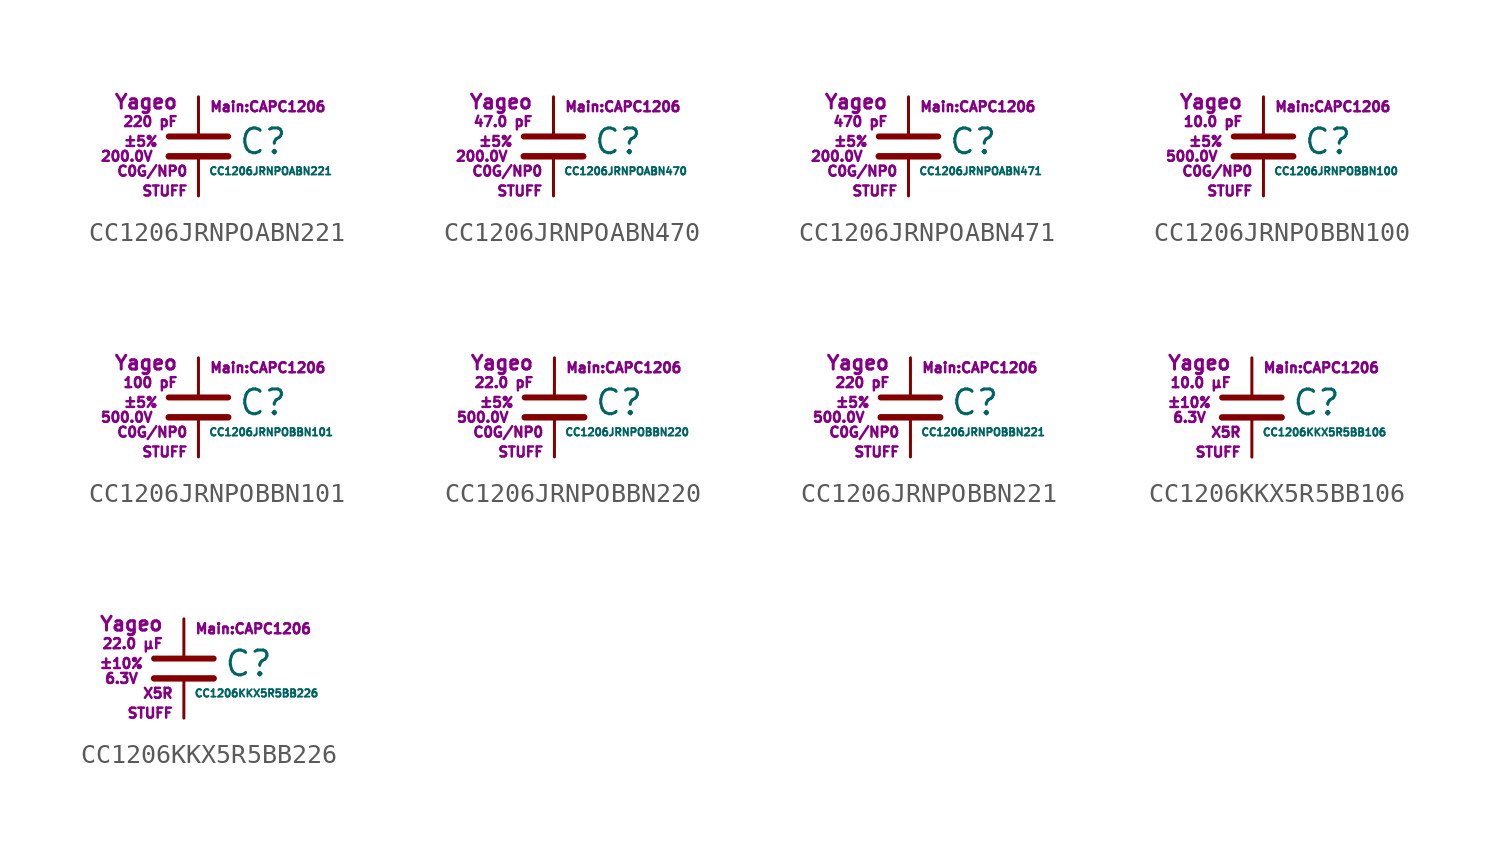
<source format=kicad_sym>
(kicad_symbol_lib
  (version 20211014)
  (generator kicad_symbol_editor)
  (symbol "CC1206JRNPOABN221"
    (pin_numbers hide)
    (pin_names
      (offset 0.254) hide)
    (property "Reference" "C"
      (at 2.032 0.254 0)
      (effects (font (size 1.27 1.27)) (justify left)))
    (property "Value" "CC1206JRNPOABN221"
      (at 0.508 -1.27 0)
      (effects (font (size 0.381 0.381)) (justify left)))
    (property "Footprint" "Main:CAPC1206"
      (at 3.556 2.032 0)
      (effects (font (size 0.508 0.508))))
    (property "Datasheet" ""
      (at 0.762 0.508 0)
      (effects (font (size 1.27 1.27))))
    (property "Manufacturer" "Yageo"
      (at -1.016 2.286 0)
      (effects (font (size 0.711 0.711)) (justify right)))
    (property "SKU" "STUFF"
      (at -0.508 -2.286 0)
      (effects (font (size 0.508 0.508)) (justify right)))
    (property "C" "220 pF"
      (at -1.016 1.27 0)
      (effects (font (size 0.508 0.508)) (justify right)))
    (property "Tol" "±5%"
      (at -2.032 0.254 0)
      (effects (font (size 0.508 0.508)) (justify right)))
    (property "Vmax" "200.0V"
      (at -2.286 -0.508 0)
      (effects (font (size 0.508 0.508)) (justify right)))
    (property "Type" "C0G/NP0"
      (at -0.508 -1.27 0)
      (effects (font (size 0.508 0.508)) (justify right)))
    (symbol "CC1206JRNPOABN221_0_1"
      (polyline (pts (xy -1.524 -0.508) (xy 1.524 -0.508)) (stroke (width 0.33) (type default) (color 0 0 0 0)) (fill (type none)))
      (polyline (pts (xy -1.524 0.508) (xy 1.524 0.508)) (stroke (width 0.305) (type default) (color 0 0 0 0)) (fill (type none))))
    (symbol "CC1206JRNPOABN221_1_1"
      (pin passive line (at 0 2.54 270) (length 1.905) (name "~" (effects (font (size 1.016 1.016)))) (number "1" (effects (font (size 1.016 1.016)))))
      (pin passive line (at 0 -2.54 90) (length 2.032) (name "~" (effects (font (size 1.016 1.016)))) (number "2" (effects (font (size 1.016 1.016)))))))
  (symbol "CC1206JRNPOABN470"
    (pin_numbers hide)
    (pin_names
      (offset 0.254) hide)
    (property "Reference" "C"
      (at 2.032 0.254 0)
      (effects (font (size 1.27 1.27)) (justify left)))
    (property "Value" "CC1206JRNPOABN470"
      (at 0.508 -1.27 0)
      (effects (font (size 0.381 0.381)) (justify left)))
    (property "Footprint" "Main:CAPC1206"
      (at 3.556 2.032 0)
      (effects (font (size 0.508 0.508))))
    (property "Datasheet" ""
      (at 0.762 0.508 0)
      (effects (font (size 1.27 1.27))))
    (property "Manufacturer" "Yageo"
      (at -1.016 2.286 0)
      (effects (font (size 0.711 0.711)) (justify right)))
    (property "SKU" "STUFF"
      (at -0.508 -2.286 0)
      (effects (font (size 0.508 0.508)) (justify right)))
    (property "C" "47.0 pF"
      (at -1.016 1.27 0)
      (effects (font (size 0.508 0.508)) (justify right)))
    (property "Tol" "±5%"
      (at -2.032 0.254 0)
      (effects (font (size 0.508 0.508)) (justify right)))
    (property "Vmax" "200.0V"
      (at -2.286 -0.508 0)
      (effects (font (size 0.508 0.508)) (justify right)))
    (property "Type" "C0G/NP0"
      (at -0.508 -1.27 0)
      (effects (font (size 0.508 0.508)) (justify right)))
    (symbol "CC1206JRNPOABN470_0_1"
      (polyline (pts (xy -1.524 -0.508) (xy 1.524 -0.508)) (stroke (width 0.33) (type default) (color 0 0 0 0)) (fill (type none)))
      (polyline (pts (xy -1.524 0.508) (xy 1.524 0.508)) (stroke (width 0.305) (type default) (color 0 0 0 0)) (fill (type none))))
    (symbol "CC1206JRNPOABN470_1_1"
      (pin passive line (at 0 2.54 270) (length 1.905) (name "~" (effects (font (size 1.016 1.016)))) (number "1" (effects (font (size 1.016 1.016)))))
      (pin passive line (at 0 -2.54 90) (length 2.032) (name "~" (effects (font (size 1.016 1.016)))) (number "2" (effects (font (size 1.016 1.016)))))))
  (symbol "CC1206JRNPOABN471"
    (pin_numbers hide)
    (pin_names
      (offset 0.254) hide)
    (property "Reference" "C"
      (at 2.032 0.254 0)
      (effects (font (size 1.27 1.27)) (justify left)))
    (property "Value" "CC1206JRNPOABN471"
      (at 0.508 -1.27 0)
      (effects (font (size 0.381 0.381)) (justify left)))
    (property "Footprint" "Main:CAPC1206"
      (at 3.556 2.032 0)
      (effects (font (size 0.508 0.508))))
    (property "Datasheet" ""
      (at 0.762 0.508 0)
      (effects (font (size 1.27 1.27))))
    (property "Manufacturer" "Yageo"
      (at -1.016 2.286 0)
      (effects (font (size 0.711 0.711)) (justify right)))
    (property "SKU" "STUFF"
      (at -0.508 -2.286 0)
      (effects (font (size 0.508 0.508)) (justify right)))
    (property "C" "470 pF"
      (at -1.016 1.27 0)
      (effects (font (size 0.508 0.508)) (justify right)))
    (property "Tol" "±5%"
      (at -2.032 0.254 0)
      (effects (font (size 0.508 0.508)) (justify right)))
    (property "Vmax" "200.0V"
      (at -2.286 -0.508 0)
      (effects (font (size 0.508 0.508)) (justify right)))
    (property "Type" "C0G/NP0"
      (at -0.508 -1.27 0)
      (effects (font (size 0.508 0.508)) (justify right)))
    (symbol "CC1206JRNPOABN471_0_1"
      (polyline (pts (xy -1.524 -0.508) (xy 1.524 -0.508)) (stroke (width 0.33) (type default) (color 0 0 0 0)) (fill (type none)))
      (polyline (pts (xy -1.524 0.508) (xy 1.524 0.508)) (stroke (width 0.305) (type default) (color 0 0 0 0)) (fill (type none))))
    (symbol "CC1206JRNPOABN471_1_1"
      (pin passive line (at 0 2.54 270) (length 1.905) (name "~" (effects (font (size 1.016 1.016)))) (number "1" (effects (font (size 1.016 1.016)))))
      (pin passive line (at 0 -2.54 90) (length 2.032) (name "~" (effects (font (size 1.016 1.016)))) (number "2" (effects (font (size 1.016 1.016)))))))
  (symbol "CC1206JRNPOBBN100"
    (pin_numbers hide)
    (pin_names
      (offset 0.254) hide)
    (property "Reference" "C"
      (at 2.032 0.254 0)
      (effects (font (size 1.27 1.27)) (justify left)))
    (property "Value" "CC1206JRNPOBBN100"
      (at 0.508 -1.27 0)
      (effects (font (size 0.381 0.381)) (justify left)))
    (property "Footprint" "Main:CAPC1206"
      (at 3.556 2.032 0)
      (effects (font (size 0.508 0.508))))
    (property "Datasheet" ""
      (at 0.762 0.508 0)
      (effects (font (size 1.27 1.27))))
    (property "Manufacturer" "Yageo"
      (at -1.016 2.286 0)
      (effects (font (size 0.711 0.711)) (justify right)))
    (property "SKU" "STUFF"
      (at -0.508 -2.286 0)
      (effects (font (size 0.508 0.508)) (justify right)))
    (property "C" "10.0 pF"
      (at -1.016 1.27 0)
      (effects (font (size 0.508 0.508)) (justify right)))
    (property "Tol" "±5%"
      (at -2.032 0.254 0)
      (effects (font (size 0.508 0.508)) (justify right)))
    (property "Vmax" "500.0V"
      (at -2.286 -0.508 0)
      (effects (font (size 0.508 0.508)) (justify right)))
    (property "Type" "C0G/NP0"
      (at -0.508 -1.27 0)
      (effects (font (size 0.508 0.508)) (justify right)))
    (symbol "CC1206JRNPOBBN100_0_1"
      (polyline (pts (xy -1.524 -0.508) (xy 1.524 -0.508)) (stroke (width 0.33) (type default) (color 0 0 0 0)) (fill (type none)))
      (polyline (pts (xy -1.524 0.508) (xy 1.524 0.508)) (stroke (width 0.305) (type default) (color 0 0 0 0)) (fill (type none))))
    (symbol "CC1206JRNPOBBN100_1_1"
      (pin passive line (at 0 2.54 270) (length 1.905) (name "~" (effects (font (size 1.016 1.016)))) (number "1" (effects (font (size 1.016 1.016)))))
      (pin passive line (at 0 -2.54 90) (length 2.032) (name "~" (effects (font (size 1.016 1.016)))) (number "2" (effects (font (size 1.016 1.016)))))))
  (symbol "CC1206JRNPOBBN101"
    (pin_numbers hide)
    (pin_names
      (offset 0.254) hide)
    (property "Reference" "C"
      (at 2.032 0.254 0)
      (effects (font (size 1.27 1.27)) (justify left)))
    (property "Value" "CC1206JRNPOBBN101"
      (at 0.508 -1.27 0)
      (effects (font (size 0.381 0.381)) (justify left)))
    (property "Footprint" "Main:CAPC1206"
      (at 3.556 2.032 0)
      (effects (font (size 0.508 0.508))))
    (property "Datasheet" ""
      (at 0.762 0.508 0)
      (effects (font (size 1.27 1.27))))
    (property "Manufacturer" "Yageo"
      (at -1.016 2.286 0)
      (effects (font (size 0.711 0.711)) (justify right)))
    (property "SKU" "STUFF"
      (at -0.508 -2.286 0)
      (effects (font (size 0.508 0.508)) (justify right)))
    (property "C" "100 pF"
      (at -1.016 1.27 0)
      (effects (font (size 0.508 0.508)) (justify right)))
    (property "Tol" "±5%"
      (at -2.032 0.254 0)
      (effects (font (size 0.508 0.508)) (justify right)))
    (property "Vmax" "500.0V"
      (at -2.286 -0.508 0)
      (effects (font (size 0.508 0.508)) (justify right)))
    (property "Type" "C0G/NP0"
      (at -0.508 -1.27 0)
      (effects (font (size 0.508 0.508)) (justify right)))
    (symbol "CC1206JRNPOBBN101_0_1"
      (polyline (pts (xy -1.524 -0.508) (xy 1.524 -0.508)) (stroke (width 0.33) (type default) (color 0 0 0 0)) (fill (type none)))
      (polyline (pts (xy -1.524 0.508) (xy 1.524 0.508)) (stroke (width 0.305) (type default) (color 0 0 0 0)) (fill (type none))))
    (symbol "CC1206JRNPOBBN101_1_1"
      (pin passive line (at 0 2.54 270) (length 1.905) (name "~" (effects (font (size 1.016 1.016)))) (number "1" (effects (font (size 1.016 1.016)))))
      (pin passive line (at 0 -2.54 90) (length 2.032) (name "~" (effects (font (size 1.016 1.016)))) (number "2" (effects (font (size 1.016 1.016)))))))
  (symbol "CC1206JRNPOBBN220"
    (pin_numbers hide)
    (pin_names
      (offset 0.254) hide)
    (property "Reference" "C"
      (at 2.032 0.254 0)
      (effects (font (size 1.27 1.27)) (justify left)))
    (property "Value" "CC1206JRNPOBBN220"
      (at 0.508 -1.27 0)
      (effects (font (size 0.381 0.381)) (justify left)))
    (property "Footprint" "Main:CAPC1206"
      (at 3.556 2.032 0)
      (effects (font (size 0.508 0.508))))
    (property "Datasheet" ""
      (at 0.762 0.508 0)
      (effects (font (size 1.27 1.27))))
    (property "Manufacturer" "Yageo"
      (at -1.016 2.286 0)
      (effects (font (size 0.711 0.711)) (justify right)))
    (property "SKU" "STUFF"
      (at -0.508 -2.286 0)
      (effects (font (size 0.508 0.508)) (justify right)))
    (property "C" "22.0 pF"
      (at -1.016 1.27 0)
      (effects (font (size 0.508 0.508)) (justify right)))
    (property "Tol" "±5%"
      (at -2.032 0.254 0)
      (effects (font (size 0.508 0.508)) (justify right)))
    (property "Vmax" "500.0V"
      (at -2.286 -0.508 0)
      (effects (font (size 0.508 0.508)) (justify right)))
    (property "Type" "C0G/NP0"
      (at -0.508 -1.27 0)
      (effects (font (size 0.508 0.508)) (justify right)))
    (symbol "CC1206JRNPOBBN220_0_1"
      (polyline (pts (xy -1.524 -0.508) (xy 1.524 -0.508)) (stroke (width 0.33) (type default) (color 0 0 0 0)) (fill (type none)))
      (polyline (pts (xy -1.524 0.508) (xy 1.524 0.508)) (stroke (width 0.305) (type default) (color 0 0 0 0)) (fill (type none))))
    (symbol "CC1206JRNPOBBN220_1_1"
      (pin passive line (at 0 2.54 270) (length 1.905) (name "~" (effects (font (size 1.016 1.016)))) (number "1" (effects (font (size 1.016 1.016)))))
      (pin passive line (at 0 -2.54 90) (length 2.032) (name "~" (effects (font (size 1.016 1.016)))) (number "2" (effects (font (size 1.016 1.016)))))))
  (symbol "CC1206JRNPOBBN221"
    (pin_numbers hide)
    (pin_names
      (offset 0.254) hide)
    (property "Reference" "C"
      (at 2.032 0.254 0)
      (effects (font (size 1.27 1.27)) (justify left)))
    (property "Value" "CC1206JRNPOBBN221"
      (at 0.508 -1.27 0)
      (effects (font (size 0.381 0.381)) (justify left)))
    (property "Footprint" "Main:CAPC1206"
      (at 3.556 2.032 0)
      (effects (font (size 0.508 0.508))))
    (property "Datasheet" ""
      (at 0.762 0.508 0)
      (effects (font (size 1.27 1.27))))
    (property "Manufacturer" "Yageo"
      (at -1.016 2.286 0)
      (effects (font (size 0.711 0.711)) (justify right)))
    (property "SKU" "STUFF"
      (at -0.508 -2.286 0)
      (effects (font (size 0.508 0.508)) (justify right)))
    (property "C" "220 pF"
      (at -1.016 1.27 0)
      (effects (font (size 0.508 0.508)) (justify right)))
    (property "Tol" "±5%"
      (at -2.032 0.254 0)
      (effects (font (size 0.508 0.508)) (justify right)))
    (property "Vmax" "500.0V"
      (at -2.286 -0.508 0)
      (effects (font (size 0.508 0.508)) (justify right)))
    (property "Type" "C0G/NP0"
      (at -0.508 -1.27 0)
      (effects (font (size 0.508 0.508)) (justify right)))
    (symbol "CC1206JRNPOBBN221_0_1"
      (polyline (pts (xy -1.524 -0.508) (xy 1.524 -0.508)) (stroke (width 0.33) (type default) (color 0 0 0 0)) (fill (type none)))
      (polyline (pts (xy -1.524 0.508) (xy 1.524 0.508)) (stroke (width 0.305) (type default) (color 0 0 0 0)) (fill (type none))))
    (symbol "CC1206JRNPOBBN221_1_1"
      (pin passive line (at 0 2.54 270) (length 1.905) (name "~" (effects (font (size 1.016 1.016)))) (number "1" (effects (font (size 1.016 1.016)))))
      (pin passive line (at 0 -2.54 90) (length 2.032) (name "~" (effects (font (size 1.016 1.016)))) (number "2" (effects (font (size 1.016 1.016)))))))
  (symbol "CC1206KKX5R5BB106"
    (pin_numbers hide)
    (pin_names
      (offset 0.254) hide)
    (property "Reference" "C"
      (at 2.032 0.254 0)
      (effects (font (size 1.27 1.27)) (justify left)))
    (property "Value" "CC1206KKX5R5BB106"
      (at 0.508 -1.27 0)
      (effects (font (size 0.381 0.381)) (justify left)))
    (property "Footprint" "Main:CAPC1206"
      (at 3.556 2.032 0)
      (effects (font (size 0.508 0.508))))
    (property "Datasheet" ""
      (at 0.762 0.508 0)
      (effects (font (size 1.27 1.27))))
    (property "Manufacturer" "Yageo"
      (at -1.016 2.286 0)
      (effects (font (size 0.711 0.711)) (justify right)))
    (property "SKU" "STUFF"
      (at -0.508 -2.286 0)
      (effects (font (size 0.508 0.508)) (justify right)))
    (property "C" "10.0 µF"
      (at -1.016 1.27 0)
      (effects (font (size 0.508 0.508)) (justify right)))
    (property "Tol" "±10%"
      (at -2.032 0.254 0)
      (effects (font (size 0.508 0.508)) (justify right)))
    (property "Vmax" "6.3V"
      (at -2.286 -0.508 0)
      (effects (font (size 0.508 0.508)) (justify right)))
    (property "Type" "X5R"
      (at -0.508 -1.27 0)
      (effects (font (size 0.508 0.508)) (justify right)))
    (symbol "CC1206KKX5R5BB106_0_1"
      (polyline (pts (xy -1.524 -0.508) (xy 1.524 -0.508)) (stroke (width 0.33) (type default) (color 0 0 0 0)) (fill (type none)))
      (polyline (pts (xy -1.524 0.508) (xy 1.524 0.508)) (stroke (width 0.305) (type default) (color 0 0 0 0)) (fill (type none))))
    (symbol "CC1206KKX5R5BB106_1_1"
      (pin passive line (at 0 2.54 270) (length 1.905) (name "~" (effects (font (size 1.016 1.016)))) (number "1" (effects (font (size 1.016 1.016)))))
      (pin passive line (at 0 -2.54 90) (length 2.032) (name "~" (effects (font (size 1.016 1.016)))) (number "2" (effects (font (size 1.016 1.016)))))))
  (symbol "CC1206KKX5R5BB226"
    (pin_numbers hide)
    (pin_names
      (offset 0.254) hide)
    (property "Reference" "C"
      (at 2.032 0.254 0)
      (effects (font (size 1.27 1.27)) (justify left)))
    (property "Value" "CC1206KKX5R5BB226"
      (at 0.508 -1.27 0)
      (effects (font (size 0.381 0.381)) (justify left)))
    (property "Footprint" "Main:CAPC1206"
      (at 3.556 2.032 0)
      (effects (font (size 0.508 0.508))))
    (property "Datasheet" ""
      (at 0.762 0.508 0)
      (effects (font (size 1.27 1.27))))
    (property "Manufacturer" "Yageo"
      (at -1.016 2.286 0)
      (effects (font (size 0.711 0.711)) (justify right)))
    (property "SKU" "STUFF"
      (at -0.508 -2.286 0)
      (effects (font (size 0.508 0.508)) (justify right)))
    (property "C" "22.0 µF"
      (at -1.016 1.27 0)
      (effects (font (size 0.508 0.508)) (justify right)))
    (property "Tol" "±10%"
      (at -2.032 0.254 0)
      (effects (font (size 0.508 0.508)) (justify right)))
    (property "Vmax" "6.3V"
      (at -2.286 -0.508 0)
      (effects (font (size 0.508 0.508)) (justify right)))
    (property "Type" "X5R"
      (at -0.508 -1.27 0)
      (effects (font (size 0.508 0.508)) (justify right)))
    (symbol "CC1206KKX5R5BB226_0_1"
      (polyline (pts (xy -1.524 -0.508) (xy 1.524 -0.508)) (stroke (width 0.33) (type default) (color 0 0 0 0)) (fill (type none)))
      (polyline (pts (xy -1.524 0.508) (xy 1.524 0.508)) (stroke (width 0.305) (type default) (color 0 0 0 0)) (fill (type none))))
    (symbol "CC1206KKX5R5BB226_1_1"
      (pin passive line (at 0 2.54 270) (length 1.905) (name "~" (effects (font (size 1.016 1.016)))) (number "1" (effects (font (size 1.016 1.016)))))
      (pin passive line (at 0 -2.54 90) (length 2.032) (name "~" (effects (font (size 1.016 1.016)))) (number "2" (effects (font (size 1.016 1.016))))))))
</source>
